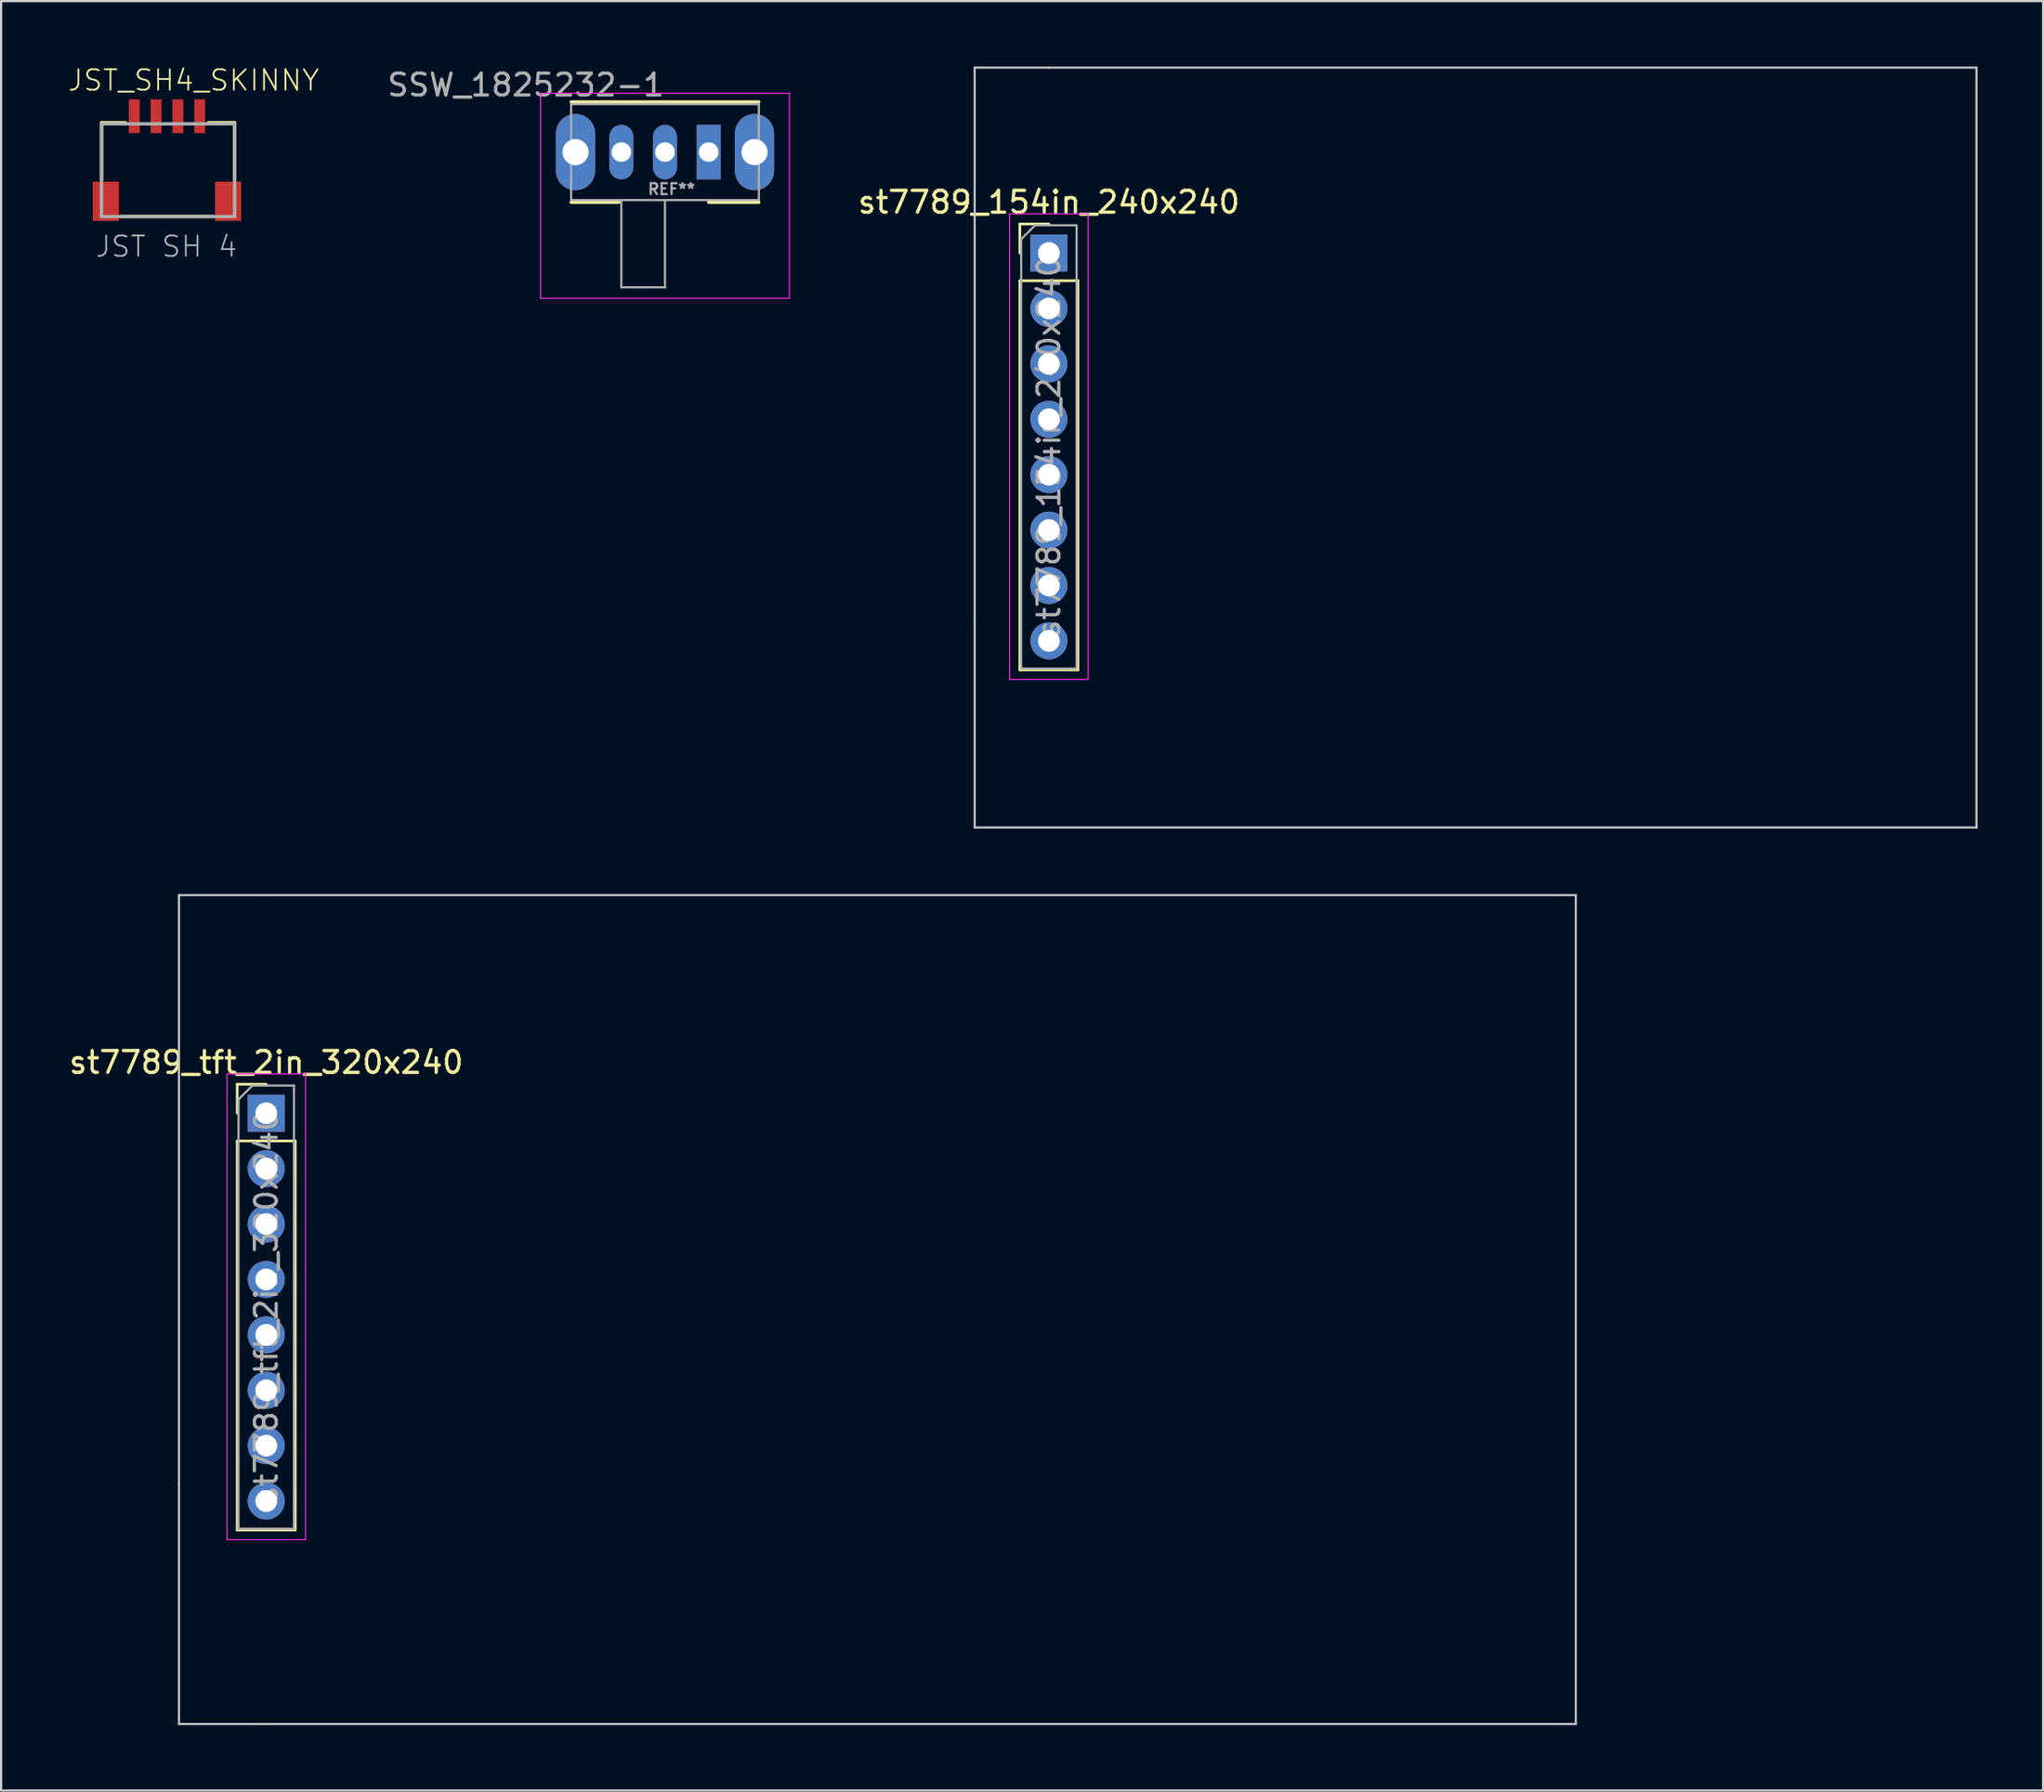
<source format=kicad_pcb>
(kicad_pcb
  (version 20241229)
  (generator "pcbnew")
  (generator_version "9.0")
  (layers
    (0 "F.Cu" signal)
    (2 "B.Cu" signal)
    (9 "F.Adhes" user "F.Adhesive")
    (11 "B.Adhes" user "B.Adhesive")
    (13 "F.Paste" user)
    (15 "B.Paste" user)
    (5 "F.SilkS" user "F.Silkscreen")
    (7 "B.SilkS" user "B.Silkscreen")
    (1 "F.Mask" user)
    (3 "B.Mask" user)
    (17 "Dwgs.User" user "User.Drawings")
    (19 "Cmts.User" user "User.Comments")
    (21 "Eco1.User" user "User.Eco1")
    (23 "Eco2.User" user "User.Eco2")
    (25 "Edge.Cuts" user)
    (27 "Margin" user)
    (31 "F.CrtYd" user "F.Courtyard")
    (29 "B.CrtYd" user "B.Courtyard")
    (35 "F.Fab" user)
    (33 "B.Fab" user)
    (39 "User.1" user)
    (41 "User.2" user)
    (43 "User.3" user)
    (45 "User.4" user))
  (footprint "SSW_1825232-1"
    (layer "F.Cu")
    (at 29.418 3.923)
    (property "Reference" "SSW_1825232-1" (at -8.375 -3.075 0) (layer "F.Fab") (effects (font (size 1 1) (thickness 0.15))))
    (attr through_hole)
    (fp_line (start -6.3 -2.3) (end 2.3 -2.3) (stroke (width 0.15) (type solid)) (layer "F.SilkS"))
    (fp_line (start -6.3 2.3) (end -4.1 2.3) (stroke (width 0.15) (type solid)) (layer "F.SilkS"))
    (fp_line (start 0 2.3) (end 2.3 2.3) (stroke (width 0.15) (type solid)) (layer "F.SilkS"))
    (fp_line (start -7.7 -2.7) (end 3.7 -2.7) (stroke (width 0.05) (type solid)) (layer "F.CrtYd"))
    (fp_line (start -7.7 6.7) (end -7.7 -2.7) (stroke (width 0.05) (type solid)) (layer "F.CrtYd"))
    (fp_line (start 3.7 -2.7) (end 3.7 6.7) (stroke (width 0.05) (type solid)) (layer "F.CrtYd"))
    (fp_line (start 3.7 6.7) (end -7.7 6.7) (stroke (width 0.05) (type solid)) (layer "F.CrtYd"))
    (fp_line (start -6.3 -2.2) (end -6.3 2.2) (stroke (width 0.1) (type solid)) (layer "F.Fab"))
    (fp_line (start -6.3 -2.2) (end 2.3 -2.2) (stroke (width 0.1) (type solid)) (layer "F.Fab"))
    (fp_line (start -6.3 2.2) (end 2.3 2.2) (stroke (width 0.1) (type solid)) (layer "F.Fab"))
    (fp_line (start -4 6.2) (end -4 2.2) (stroke (width 0.1) (type solid)) (layer "F.Fab"))
    (fp_line (start -2 2.2) (end -2 6.2) (stroke (width 0.1) (type solid)) (layer "F.Fab"))
    (fp_line (start -2 6.2) (end -4 6.2) (stroke (width 0.1) (type solid)) (layer "F.Fab"))
    (fp_line (start 2.3 2.2) (end 2.3 -2.2) (stroke (width 0.1) (type solid)) (layer "F.Fab"))
    (fp_text user "REF**" (at -1.7 1.7 0) (layer "F.Fab") (effects (font (size 0.5 0.5) (thickness 0.1))))
    (pad "" thru_hole oval (at -6.1 0) (size 1.8 3.5) (drill 1.2) (layers "*.Cu" "*.Mask"))
    (pad "" thru_hole oval (at 2.1 0) (size 1.8 3.5) (drill 1.2) (layers "*.Cu" "*.Mask"))
    (pad "1" thru_hole rect (at 0 0) (size 1.1 2.5) (drill 0.9) (layers "*.Cu" "*.Mask"))
    (pad "2" thru_hole oval (at -2 0) (size 1.1 2.5) (drill 0.9) (layers "*.Cu" "*.Mask"))
    (pad "3" thru_hole oval (at -4 0) (size 1.1 2.5) (drill 0.9) (layers "*.Cu" "*.Mask")))
  (footprint "st7789_154in_240x240"
    (layer "F.Cu")
    (at 45.007 8.55)
    (property "Reference" "st7789_154in_240x240" (at 0 -2.33 0) (layer "F.SilkS") (effects (font (size 1 1) (thickness 0.15))))
    (attr through_hole)
    (fp_line (start -1.33 -1.33) (end 0 -1.33) (stroke (width 0.12) (type solid)) (layer "F.SilkS"))
    (fp_line (start -1.33 0) (end -1.33 -1.33) (stroke (width 0.12) (type solid)) (layer "F.SilkS"))
    (fp_line (start -1.33 1.27) (end -1.33 19.11) (stroke (width 0.12) (type solid)) (layer "F.SilkS"))
    (fp_line (start -1.33 1.27) (end 1.33 1.27) (stroke (width 0.12) (type solid)) (layer "F.SilkS"))
    (fp_line (start -1.33 19.11) (end 1.33 19.11) (stroke (width 0.12) (type solid)) (layer "F.SilkS"))
    (fp_line (start 1.33 1.27) (end 1.33 19.11) (stroke (width 0.12) (type solid)) (layer "F.SilkS"))
    (fp_line (start -3.4 17) (end -3.4 -8.5) (stroke (width 0.1) (type default)) (layer "Dwgs.User"))
    (fp_line (start -3.4 17) (end -3.4 26.335) (stroke (width 0.1) (type default)) (layer "Dwgs.User"))
    (fp_line (start -3.4 26.335) (end 42.5 26.335) (stroke (width 0.1) (type default)) (layer "Dwgs.User"))
    (fp_line (start 0 -8.5) (end -3.4 -8.5) (stroke (width 0.1) (type default)) (layer "Dwgs.User"))
    (fp_line (start 0 -8.5) (end 42.5 -8.5) (stroke (width 0.1) (type default)) (layer "Dwgs.User"))
    (fp_line (start 42.5 -8.5) (end 42.5 26.335) (stroke (width 0.1) (type default)) (layer "Dwgs.User"))
    (fp_line (start -1.8 -1.8) (end -1.8 19.55) (stroke (width 0.05) (type solid)) (layer "F.CrtYd"))
    (fp_line (start -1.8 19.55) (end 1.8 19.55) (stroke (width 0.05) (type solid)) (layer "F.CrtYd"))
    (fp_line (start 1.8 -1.8) (end -1.8 -1.8) (stroke (width 0.05) (type solid)) (layer "F.CrtYd"))
    (fp_line (start 1.8 19.55) (end 1.8 -1.8) (stroke (width 0.05) (type solid)) (layer "F.CrtYd"))
    (fp_line (start -1.27 -0.635) (end -0.635 -1.27) (stroke (width 0.1) (type solid)) (layer "F.Fab"))
    (fp_line (start -1.27 19.05) (end -1.27 -0.635) (stroke (width 0.1) (type solid)) (layer "F.Fab"))
    (fp_line (start -0.635 -1.27) (end 1.27 -1.27) (stroke (width 0.1) (type solid)) (layer "F.Fab"))
    (fp_line (start 1.27 -1.27) (end 1.27 19.05) (stroke (width 0.1) (type solid)) (layer "F.Fab"))
    (fp_line (start 1.27 19.05) (end -1.27 19.05) (stroke (width 0.1) (type solid)) (layer "F.Fab"))
    (fp_text user "${REFERENCE}" (at 0 8.89 90) (layer "F.Fab") (effects (font (size 1 1) (thickness 0.15))))
    (pad "1" thru_hole rect (at 0 0) (size 1.7 1.7) (drill 1) (layers "*.Cu" "*.Mask"))
    (pad "2" thru_hole oval (at 0 2.54) (size 1.7 1.7) (drill 1) (layers "*.Cu" "*.Mask"))
    (pad "3" thru_hole oval (at 0 5.08) (size 1.7 1.7) (drill 1) (layers "*.Cu" "*.Mask"))
    (pad "4" thru_hole oval (at 0 7.62) (size 1.7 1.7) (drill 1) (layers "*.Cu" "*.Mask"))
    (pad "5" thru_hole oval (at 0 10.16) (size 1.7 1.7) (drill 1) (layers "*.Cu" "*.Mask"))
    (pad "6" thru_hole oval (at 0 12.7) (size 1.7 1.7) (drill 1) (layers "*.Cu" "*.Mask"))
    (pad "7" thru_hole oval (at 0 15.24) (size 1.7 1.7) (drill 1) (layers "*.Cu" "*.Mask"))
    (pad "8" thru_hole oval (at 0 17.78) (size 1.7 1.7) (drill 1) (layers "*.Cu" "*.Mask")))
  (footprint "st7789_tft_2in_320x240"
    (layer "F.Cu")
    (at 9.149 47.985)
    (property "Reference" "st7789_tft_2in_320x240" (at 0 -2.33 0) (layer "F.SilkS") (effects (font (size 1 1) (thickness 0.15))))
    (attr through_hole)
    (fp_line (start -1.33 -1.33) (end 0 -1.33) (stroke (width 0.12) (type solid)) (layer "F.SilkS"))
    (fp_line (start -1.33 0) (end -1.33 -1.33) (stroke (width 0.12) (type solid)) (layer "F.SilkS"))
    (fp_line (start -1.33 1.27) (end -1.33 19.11) (stroke (width 0.12) (type solid)) (layer "F.SilkS"))
    (fp_line (start -1.33 1.27) (end 1.33 1.27) (stroke (width 0.12) (type solid)) (layer "F.SilkS"))
    (fp_line (start -1.33 19.11) (end 1.33 19.11) (stroke (width 0.12) (type solid)) (layer "F.SilkS"))
    (fp_line (start 1.33 1.27) (end 1.33 19.11) (stroke (width 0.12) (type solid)) (layer "F.SilkS"))
    (fp_line (start -4 -10) (end 0 -10) (stroke (width 0.1) (type default)) (layer "Dwgs.User"))
    (fp_line (start -4 17) (end -4 -10) (stroke (width 0.1) (type default)) (layer "Dwgs.User"))
    (fp_line (start -4 17) (end -4 28) (stroke (width 0.1) (type default)) (layer "Dwgs.User"))
    (fp_line (start -4 28) (end 0 28) (stroke (width 0.1) (type default)) (layer "Dwgs.User"))
    (fp_line (start 0 -10) (end 60 -10) (stroke (width 0.1) (type default)) (layer "Dwgs.User"))
    (fp_line (start 0 28) (end 60 28) (stroke (width 0.1) (type default)) (layer "Dwgs.User"))
    (fp_line (start 60 -10) (end 60 28) (stroke (width 0.1) (type default)) (layer "Dwgs.User"))
    (fp_line (start -1.8 -1.8) (end -1.8 19.55) (stroke (width 0.05) (type solid)) (layer "F.CrtYd"))
    (fp_line (start -1.8 19.55) (end 1.8 19.55) (stroke (width 0.05) (type solid)) (layer "F.CrtYd"))
    (fp_line (start 1.8 -1.8) (end -1.8 -1.8) (stroke (width 0.05) (type solid)) (layer "F.CrtYd"))
    (fp_line (start 1.8 19.55) (end 1.8 -1.8) (stroke (width 0.05) (type solid)) (layer "F.CrtYd"))
    (fp_line (start -1.27 -0.635) (end -0.635 -1.27) (stroke (width 0.1) (type solid)) (layer "F.Fab"))
    (fp_line (start -1.27 19.05) (end -1.27 -0.635) (stroke (width 0.1) (type solid)) (layer "F.Fab"))
    (fp_line (start -0.635 -1.27) (end 1.27 -1.27) (stroke (width 0.1) (type solid)) (layer "F.Fab"))
    (fp_line (start 1.27 -1.27) (end 1.27 19.05) (stroke (width 0.1) (type solid)) (layer "F.Fab"))
    (fp_line (start 1.27 19.05) (end -1.27 19.05) (stroke (width 0.1) (type solid)) (layer "F.Fab"))
    (fp_text user "${REFERENCE}" (at 0 8.89 90) (layer "F.Fab") (effects (font (size 1 1) (thickness 0.15))))
    (pad "1" thru_hole rect (at 0 0) (size 1.7 1.7) (drill 1) (layers "*.Cu" "*.Mask"))
    (pad "2" thru_hole oval (at 0 2.54) (size 1.7 1.7) (drill 1) (layers "*.Cu" "*.Mask"))
    (pad "3" thru_hole oval (at 0 5.08) (size 1.7 1.7) (drill 1) (layers "*.Cu" "*.Mask"))
    (pad "4" thru_hole oval (at 0 7.62) (size 1.7 1.7) (drill 1) (layers "*.Cu" "*.Mask"))
    (pad "5" thru_hole oval (at 0 10.16) (size 1.7 1.7) (drill 1) (layers "*.Cu" "*.Mask"))
    (pad "6" thru_hole oval (at 0 12.7) (size 1.7 1.7) (drill 1) (layers "*.Cu" "*.Mask"))
    (pad "7" thru_hole oval (at 0 15.24) (size 1.7 1.7) (drill 1) (layers "*.Cu" "*.Mask"))
    (pad "8" thru_hole oval (at 0 17.78) (size 1.7 1.7) (drill 1) (layers "*.Cu" "*.Mask")))
  (footprint "JST_SH4_SKINNY"
    (layer "F.Cu")
    (at 4.6 4.793)
    (property "Reference" "JST_SH4_SKINNY" (at -4.6 -3.614 0) (unlocked yes) (layer "F.SilkS") (effects (font (size 0.935 0.935) (thickness 0.081)) (justify left bottom)))
    (fp_line (start -3 -2.214) (end -1.9 -2.214) (stroke (width 0.152) (type solid)) (layer "F.SilkS"))
    (fp_line (start -3 0.386) (end -3 -2.214) (stroke (width 0.152) (type solid)) (layer "F.SilkS"))
    (fp_line (start -2.1 2.086) (end 2.1 2.086) (stroke (width 0.152) (type solid)) (layer "F.SilkS"))
    (fp_line (start 1.9 -2.214) (end 3.1 -2.214) (stroke (width 0.152) (type solid)) (layer "F.SilkS"))
    (fp_line (start 3.1 -2.214) (end 3.1 0.386) (stroke (width 0.152) (type solid)) (layer "F.SilkS"))
    (fp_line (start -3 -2.164) (end 3.1 -2.164) (stroke (width 0.152) (type solid)) (layer "F.Fab"))
    (fp_line (start -3 2.086) (end -3 -2.164) (stroke (width 0.152) (type solid)) (layer "F.Fab"))
    (fp_line (start 3.1 -2.164) (end 3.1 2.086) (stroke (width 0.152) (type solid)) (layer "F.Fab"))
    (fp_line (start 3.1 2.086) (end -3 2.086) (stroke (width 0.152) (type solid)) (layer "F.Fab"))
    (fp_text user "JST SH 4" (at -3.33 4.006 0) (unlocked yes) (layer "F.Fab") (effects (font (size 0.935 0.935) (thickness 0.081)) (justify left bottom)))
    (pad "1" smd rect (at -1.5 -2.514 90) (size 1.55 0.5) (layers "F.Cu" "F.Mask" "F.Paste"))
    (pad "2" smd rect (at -0.5 -2.514 90) (size 1.55 0.5) (layers "F.Cu" "F.Mask" "F.Paste"))
    (pad "3" smd rect (at 0.5 -2.514 90) (size 1.55 0.5) (layers "F.Cu" "F.Mask" "F.Paste"))
    (pad "4" smd rect (at 1.5 -2.514 90) (size 1.55 0.5) (layers "F.Cu" "F.Mask" "F.Paste"))
    (pad "MT1" smd rect (at -2.8 1.386 90) (size 1.8 1.2) (layers "F.Cu" "F.Mask" "F.Paste"))
    (pad "MT2" smd rect (at 2.8 1.386 90) (size 1.8 1.2) (layers "F.Cu" "F.Mask" "F.Paste")))
  (gr_rect
    (start -3 -3)
    (end 90.557 79.035)
    (stroke (width 0.1) (type default))
    (fill no)
    (layer "Edge.Cuts")))
</source>
